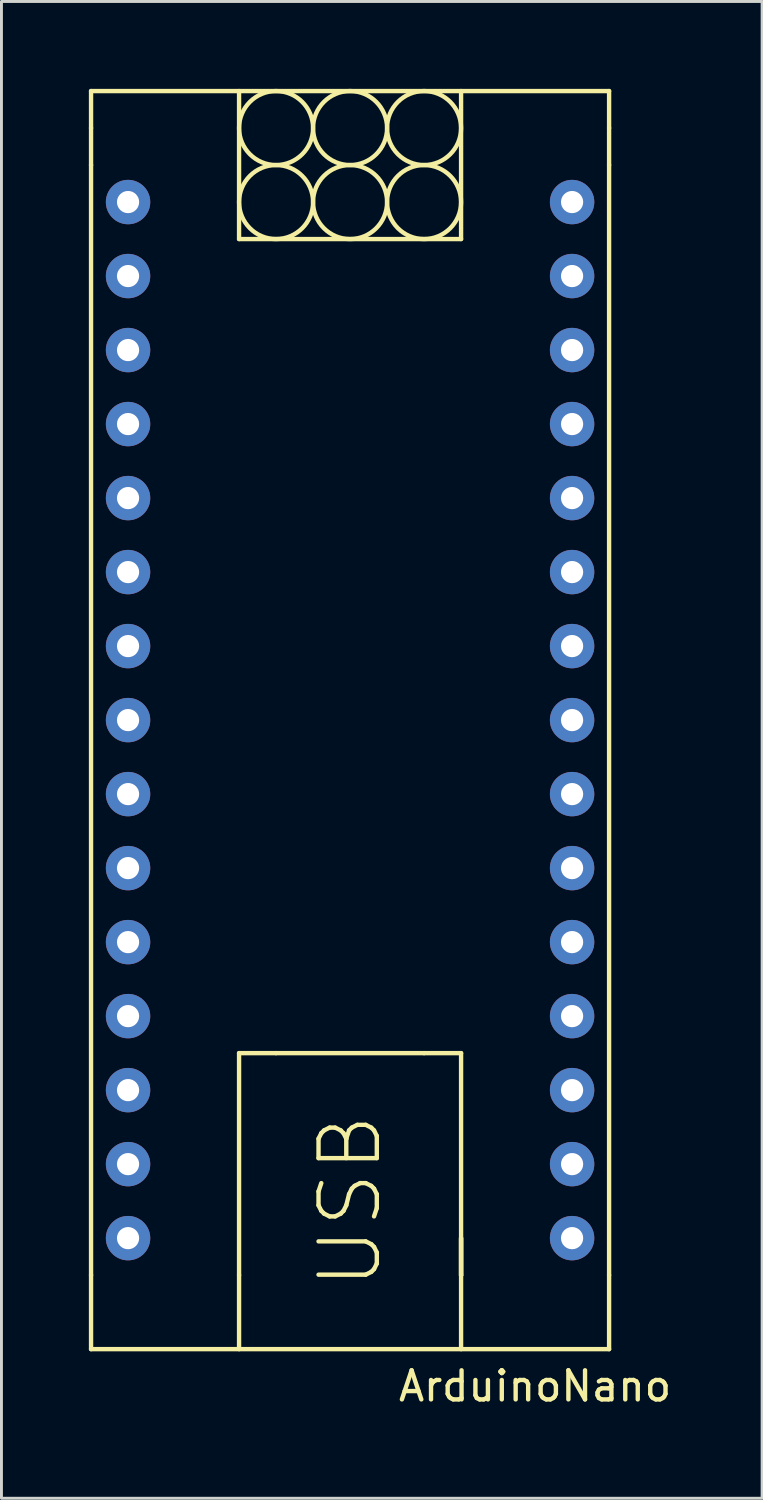
<source format=kicad_pcb>
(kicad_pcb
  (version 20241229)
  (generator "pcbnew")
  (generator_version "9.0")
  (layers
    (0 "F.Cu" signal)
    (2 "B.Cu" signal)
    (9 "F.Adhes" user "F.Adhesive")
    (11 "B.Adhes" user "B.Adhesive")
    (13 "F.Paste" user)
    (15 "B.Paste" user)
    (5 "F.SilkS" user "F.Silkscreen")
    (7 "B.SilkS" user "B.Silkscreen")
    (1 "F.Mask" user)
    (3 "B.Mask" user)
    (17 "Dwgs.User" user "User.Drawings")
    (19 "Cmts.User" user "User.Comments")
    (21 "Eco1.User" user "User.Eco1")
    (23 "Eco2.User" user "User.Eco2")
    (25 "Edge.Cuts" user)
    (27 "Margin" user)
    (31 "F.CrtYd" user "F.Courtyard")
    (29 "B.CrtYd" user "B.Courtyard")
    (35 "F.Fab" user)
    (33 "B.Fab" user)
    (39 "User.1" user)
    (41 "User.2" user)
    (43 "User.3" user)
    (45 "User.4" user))
  (footprint "ArduinoNano"
    (layer "F.Cu")
    (at 8.965 14.045)
    (property "Reference" "ArduinoNano" (at 6.35 30.48 0) (layer "F.SilkS") (effects (font (size 1 1) (thickness 0.15))))
    (attr through_hole)
    (fp_line (start -8.89 -13.97) (end 8.89 -13.97) (stroke (width 0.15) (type solid)) (layer "F.SilkS"))
    (fp_line (start -8.89 -12.7) (end -8.89 -13.97) (stroke (width 0.15) (type solid)) (layer "F.SilkS"))
    (fp_line (start -8.89 -11.43) (end -8.89 -12.7) (stroke (width 0.15) (type solid)) (layer "F.SilkS"))
    (fp_line (start -8.89 -11.43) (end -8.89 26.67) (stroke (width 0.15) (type solid)) (layer "F.SilkS"))
    (fp_line (start -8.89 26.67) (end -8.89 29.21) (stroke (width 0.15) (type solid)) (layer "F.SilkS"))
    (fp_line (start -8.89 29.21) (end 8.89 29.21) (stroke (width 0.15) (type solid)) (layer "F.SilkS"))
    (fp_line (start -3.81 -13.97) (end -3.81 -8.89) (stroke (width 0.15) (type solid)) (layer "F.SilkS"))
    (fp_line (start -3.81 -8.89) (end 3.81 -8.89) (stroke (width 0.15) (type solid)) (layer "F.SilkS"))
    (fp_line (start -3.81 19.05) (end -3.81 26.67) (stroke (width 0.15) (type solid)) (layer "F.SilkS"))
    (fp_line (start -3.81 26.67) (end -3.81 29.21) (stroke (width 0.15) (type solid)) (layer "F.SilkS"))
    (fp_line (start -2.54 19.05) (end -3.81 19.05) (stroke (width 0.15) (type solid)) (layer "F.SilkS"))
    (fp_line (start -2.54 19.05) (end 2.54 19.05) (stroke (width 0.15) (type solid)) (layer "F.SilkS"))
    (fp_line (start 2.54 19.05) (end 3.81 19.05) (stroke (width 0.15) (type solid)) (layer "F.SilkS"))
    (fp_line (start 3.81 -8.89) (end 3.81 -13.97) (stroke (width 0.15) (type solid)) (layer "F.SilkS"))
    (fp_line (start 3.81 19.05) (end 3.81 26.67) (stroke (width 0.15) (type solid)) (layer "F.SilkS"))
    (fp_line (start 3.81 25.4) (end 3.81 26.67) (stroke (width 0.15) (type solid)) (layer "F.SilkS"))
    (fp_line (start 3.81 26.67) (end 3.81 25.4) (stroke (width 0.15) (type solid)) (layer "F.SilkS"))
    (fp_line (start 3.81 26.67) (end 3.81 29.21) (stroke (width 0.15) (type solid)) (layer "F.SilkS"))
    (fp_line (start 8.89 -13.97) (end 8.89 -12.7) (stroke (width 0.15) (type solid)) (layer "F.SilkS"))
    (fp_line (start 8.89 -12.7) (end 8.89 -11.43) (stroke (width 0.15) (type solid)) (layer "F.SilkS"))
    (fp_line (start 8.89 26.67) (end 8.89 -11.43) (stroke (width 0.15) (type solid)) (layer "F.SilkS"))
    (fp_line (start 8.89 29.21) (end 8.89 26.67) (stroke (width 0.15) (type solid)) (layer "F.SilkS"))
    (fp_circle (center -2.54 -12.7) (end -2.54 -11.43) (stroke (width 0.15) (type solid)) (fill no) (layer "F.SilkS"))
    (fp_circle (center -2.54 -10.16) (end -1.27 -10.16) (stroke (width 0.15) (type solid)) (fill no) (layer "F.SilkS"))
    (fp_circle (center 0 -12.7) (end 0 -11.43) (stroke (width 0.15) (type solid)) (fill no) (layer "F.SilkS"))
    (fp_circle (center 0 -10.16) (end 0 -8.89) (stroke (width 0.15) (type solid)) (fill no) (layer "F.SilkS"))
    (fp_circle (center 2.54 -12.7) (end 2.54 -11.43) (stroke (width 0.15) (type solid)) (fill no) (layer "F.SilkS"))
    (fp_circle (center 2.54 -10.16) (end 2.54 -11.43) (stroke (width 0.15) (type solid)) (fill no) (layer "F.SilkS"))
    (fp_text user "USB" (at 0 24.13 90) (layer "F.SilkS") (effects (font (size 2 2) (thickness 0.15))))
    (pad "1" thru_hole circle (at -7.62 -10.16) (size 1.524 1.524) (drill 0.762) (layers "*.Cu" "*.Mask"))
    (pad "2" thru_hole circle (at -7.62 -7.62) (size 1.524 1.524) (drill 0.762) (layers "*.Cu" "*.Mask"))
    (pad "3" thru_hole circle (at -7.62 -5.08) (size 1.524 1.524) (drill 0.762) (layers "*.Cu" "*.Mask"))
    (pad "4" thru_hole circle (at -7.62 -2.54) (size 1.524 1.524) (drill 0.762) (layers "*.Cu" "*.Mask"))
    (pad "5" thru_hole circle (at -7.62 0) (size 1.524 1.524) (drill 0.762) (layers "*.Cu" "*.Mask"))
    (pad "6" thru_hole circle (at -7.62 2.54) (size 1.524 1.524) (drill 0.762) (layers "*.Cu" "*.Mask"))
    (pad "7" thru_hole circle (at -7.62 5.08) (size 1.524 1.524) (drill 0.762) (layers "*.Cu" "*.Mask"))
    (pad "8" thru_hole circle (at -7.62 7.62) (size 1.524 1.524) (drill 0.762) (layers "*.Cu" "*.Mask"))
    (pad "9" thru_hole circle (at -7.62 10.16) (size 1.524 1.524) (drill 0.762) (layers "*.Cu" "*.Mask"))
    (pad "10" thru_hole circle (at -7.62 12.7) (size 1.524 1.524) (drill 0.762) (layers "*.Cu" "*.Mask"))
    (pad "11" thru_hole circle (at -7.62 15.24) (size 1.524 1.524) (drill 0.762) (layers "*.Cu" "*.Mask"))
    (pad "12" thru_hole circle (at -7.62 17.78) (size 1.524 1.524) (drill 0.762) (layers "*.Cu" "*.Mask"))
    (pad "13" thru_hole circle (at -7.62 20.32) (size 1.524 1.524) (drill 0.762) (layers "*.Cu" "*.Mask"))
    (pad "14" thru_hole circle (at -7.62 22.86) (size 1.524 1.524) (drill 0.762) (layers "*.Cu" "*.Mask"))
    (pad "15" thru_hole circle (at -7.62 25.4) (size 1.524 1.524) (drill 0.762) (layers "*.Cu" "*.Mask"))
    (pad "16" thru_hole circle (at 7.62 25.4) (size 1.524 1.524) (drill 0.762) (layers "*.Cu" "*.Mask"))
    (pad "17" thru_hole circle (at 7.62 22.86) (size 1.524 1.524) (drill 0.762) (layers "*.Cu" "*.Mask"))
    (pad "18" thru_hole circle (at 7.62 20.32) (size 1.524 1.524) (drill 0.762) (layers "*.Cu" "*.Mask"))
    (pad "19" thru_hole circle (at 7.62 17.78) (size 1.524 1.524) (drill 0.762) (layers "*.Cu" "*.Mask"))
    (pad "20" thru_hole circle (at 7.62 15.24) (size 1.524 1.524) (drill 0.762) (layers "*.Cu" "*.Mask"))
    (pad "21" thru_hole circle (at 7.62 12.7) (size 1.524 1.524) (drill 0.762) (layers "*.Cu" "*.Mask"))
    (pad "22" thru_hole circle (at 7.62 10.16) (size 1.524 1.524) (drill 0.762) (layers "*.Cu" "*.Mask"))
    (pad "23" thru_hole circle (at 7.62 7.62) (size 1.524 1.524) (drill 0.762) (layers "*.Cu" "*.Mask"))
    (pad "24" thru_hole circle (at 7.62 5.08) (size 1.524 1.524) (drill 0.762) (layers "*.Cu" "*.Mask"))
    (pad "25" thru_hole circle (at 7.62 2.54) (size 1.524 1.524) (drill 0.762) (layers "*.Cu" "*.Mask"))
    (pad "26" thru_hole circle (at 7.62 0) (size 1.524 1.524) (drill 0.762) (layers "*.Cu" "*.Mask"))
    (pad "27" thru_hole circle (at 7.62 -2.54) (size 1.524 1.524) (drill 0.762) (layers "*.Cu" "*.Mask"))
    (pad "28" thru_hole circle (at 7.62 -5.08) (size 1.524 1.524) (drill 0.762) (layers "*.Cu" "*.Mask"))
    (pad "29" thru_hole circle (at 7.62 -7.62) (size 1.524 1.524) (drill 0.762) (layers "*.Cu" "*.Mask"))
    (pad "30" thru_hole circle (at 7.62 -10.16) (size 1.524 1.524) (drill 0.762) (layers "*.Cu" "*.Mask")))
  (gr_rect
    (start -3 -3)
    (end 23.107 48.373)
    (stroke (width 0.1) (type default))
    (fill no)
    (layer "Edge.Cuts")))
</source>
